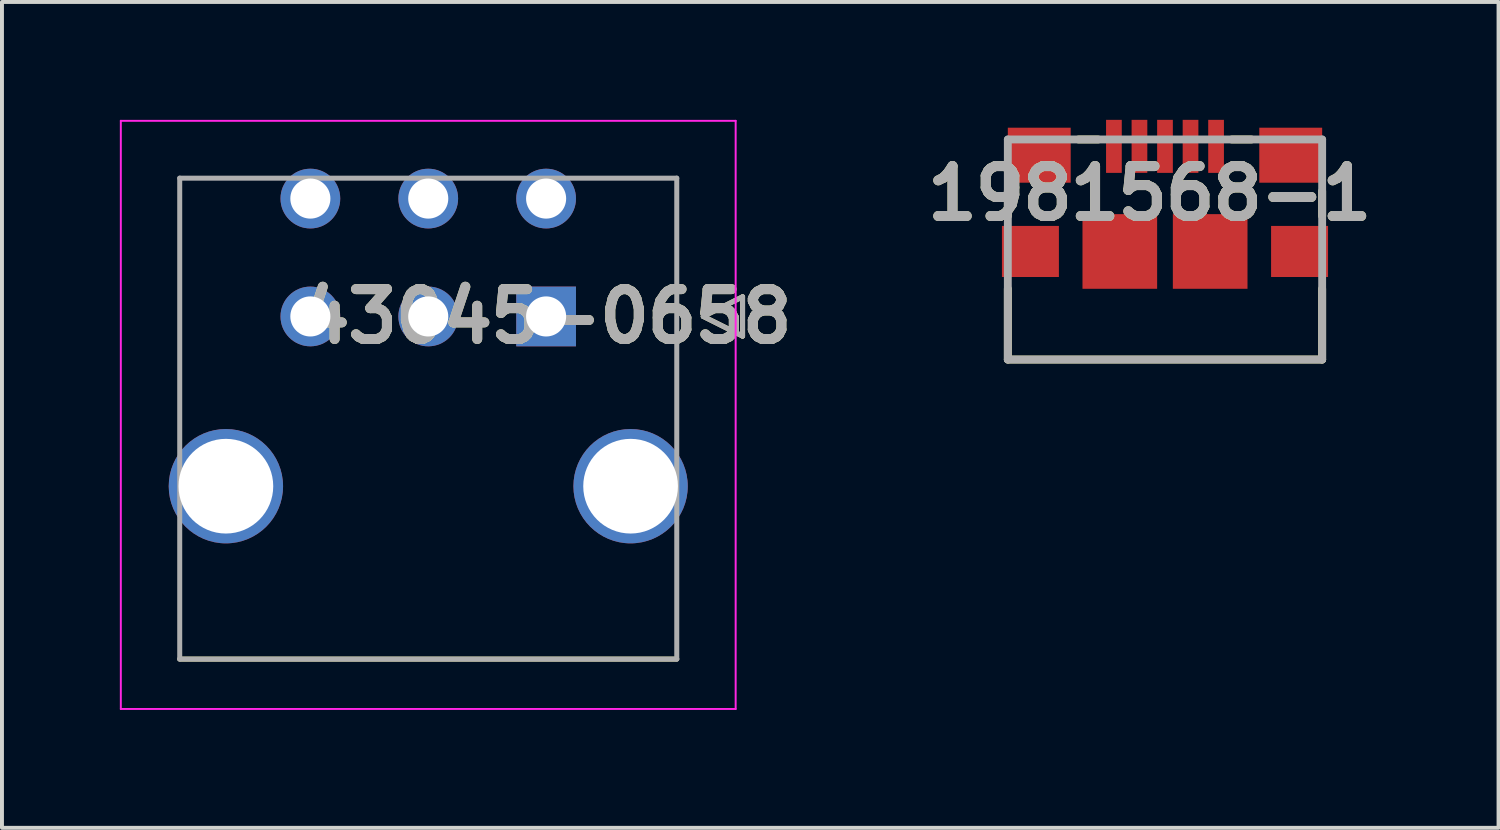
<source format=kicad_pcb>
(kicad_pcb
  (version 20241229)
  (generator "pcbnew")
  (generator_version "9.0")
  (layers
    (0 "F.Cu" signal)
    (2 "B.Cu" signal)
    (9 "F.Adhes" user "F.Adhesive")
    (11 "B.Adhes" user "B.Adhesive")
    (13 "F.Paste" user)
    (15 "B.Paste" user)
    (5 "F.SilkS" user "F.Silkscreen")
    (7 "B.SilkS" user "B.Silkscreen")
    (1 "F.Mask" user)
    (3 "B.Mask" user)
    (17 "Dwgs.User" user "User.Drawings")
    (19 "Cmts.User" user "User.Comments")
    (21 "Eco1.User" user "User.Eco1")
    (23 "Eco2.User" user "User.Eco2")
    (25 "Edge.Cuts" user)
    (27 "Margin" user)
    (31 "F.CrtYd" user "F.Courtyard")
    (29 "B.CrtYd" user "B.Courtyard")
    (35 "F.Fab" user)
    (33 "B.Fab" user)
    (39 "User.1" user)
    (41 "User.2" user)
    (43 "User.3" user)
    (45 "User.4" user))
  (footprint "1981568-1"
    (layer "F.Cu")
    (at 26.6 6.1)
    (property "Reference" "1981568-1" (at -0.389 -4.227 0) (layer "F.SilkS") (effects (font (size 1.27 1.27) (thickness 0.254))))
    (attr smd)
    (fp_line (start -4 -4.29) (end -4 -3.65) (stroke (width 0.2) (type solid)) (layer "F.SilkS"))
    (fp_line (start -4 0) (end -4 -1.8) (stroke (width 0.2) (type solid)) (layer "F.SilkS"))
    (fp_line (start -4 0) (end 4 0) (stroke (width 0.2) (type solid)) (layer "F.SilkS"))
    (fp_line (start -2.2 -5.6) (end -1.7 -5.6) (stroke (width 0.2) (type solid)) (layer "F.SilkS"))
    (fp_line (start 1.7 -5.6) (end 2.2 -5.6) (stroke (width 0.2) (type solid)) (layer "F.SilkS"))
    (fp_line (start 4 -4.29) (end 4 -3.65) (stroke (width 0.2) (type solid)) (layer "F.SilkS"))
    (fp_line (start 4 0) (end 4 -1.8) (stroke (width 0.2) (type solid)) (layer "F.SilkS"))
    (fp_line (start -4 -5.6) (end 4 -5.6) (stroke (width 0.2) (type solid)) (layer "F.Fab"))
    (fp_line (start -4 0) (end -4 -5.6) (stroke (width 0.2) (type solid)) (layer "F.Fab"))
    (fp_line (start 4 -5.6) (end 4 0) (stroke (width 0.2) (type solid)) (layer "F.Fab"))
    (fp_line (start 4 0) (end -4 0) (stroke (width 0.2) (type solid)) (layer "F.Fab"))
    (fp_text user "${REFERENCE}" (at -0.389 -4.227 0) (layer "F.Fab") (effects (font (size 1.27 1.27) (thickness 0.254))))
    (pad "1" smd rect (at -1.3 -5.425) (size 0.4 1.35) (layers "F.Cu" "F.Mask" "F.Paste"))
    (pad "2" smd rect (at -0.65 -5.425) (size 0.4 1.35) (layers "F.Cu" "F.Mask" "F.Paste"))
    (pad "3" smd rect (at 0 -5.425) (size 0.4 1.35) (layers "F.Cu" "F.Mask" "F.Paste"))
    (pad "4" smd rect (at 0.65 -5.425) (size 0.4 1.35) (layers "F.Cu" "F.Mask" "F.Paste"))
    (pad "5" smd rect (at 1.3 -5.425) (size 0.4 1.35) (layers "F.Cu" "F.Mask" "F.Paste"))
    (pad "6" smd rect (at -3.2 -5.2 90) (size 1.4 1.6) (layers "F.Cu" "F.Mask" "F.Paste"))
    (pad "7" smd rect (at 3.2 -5.2 90) (size 1.4 1.6) (layers "F.Cu" "F.Mask" "F.Paste"))
    (pad "8" smd rect (at -3.425 -2.75 90) (size 1.3 1.45) (layers "F.Cu" "F.Mask" "F.Paste"))
    (pad "9" smd rect (at 3.425 -2.75 90) (size 1.3 1.45) (layers "F.Cu" "F.Mask" "F.Paste"))
    (pad "10" smd rect (at -1.15 -2.75 90) (size 1.9 1.9) (layers "F.Cu" "F.Mask" "F.Paste"))
    (pad "11" smd rect (at 1.15 -2.75 90) (size 1.9 1.9) (layers "F.Cu" "F.Mask" "F.Paste")))
  (footprint "43045-0658"
    (layer "F.Cu")
    (at 10.849 5.004)
    (property "Reference" "43045-0658" (at 0 0 0) (layer "F.SilkS") (effects (font (size 1.27 1.27) (thickness 0.254))))
    (attr through_hole)
    (fp_line (start 3.325 8.72) (end -9.325 8.72) (stroke (width 0.127) (type solid)) (layer "F.SilkS"))
    (fp_line (start 4 0) (end 5 -0.5) (stroke (width 0.127) (type solid)) (layer "F.SilkS"))
    (fp_line (start 5 -0.5) (end 5 0.5) (stroke (width 0.127) (type solid)) (layer "F.SilkS"))
    (fp_line (start 5 0.5) (end 4 0) (stroke (width 0.127) (type solid)) (layer "F.SilkS"))
    (fp_line (start -10.824 -4.979) (end 4.824 -4.979) (stroke (width 0.05) (type solid)) (layer "F.CrtYd"))
    (fp_line (start -10.824 9.99) (end -10.824 -4.979) (stroke (width 0.05) (type solid)) (layer "F.CrtYd"))
    (fp_line (start 4.824 -4.979) (end 4.824 9.99) (stroke (width 0.05) (type solid)) (layer "F.CrtYd"))
    (fp_line (start 4.824 9.99) (end -10.824 9.99) (stroke (width 0.05) (type solid)) (layer "F.CrtYd"))
    (fp_line (start -9.325 -3.52) (end 3.325 -3.52) (stroke (width 0.127) (type solid)) (layer "F.Fab"))
    (fp_line (start -9.325 8.72) (end -9.325 -3.52) (stroke (width 0.127) (type solid)) (layer "F.Fab"))
    (fp_line (start 3.325 -3.52) (end 3.325 8.72) (stroke (width 0.127) (type solid)) (layer "F.Fab"))
    (fp_line (start 3.325 8.72) (end -9.325 8.72) (stroke (width 0.127) (type solid)) (layer "F.Fab"))
    (fp_line (start 4 0) (end 5 -0.5) (stroke (width 0.127) (type solid)) (layer "F.Fab"))
    (fp_line (start 5 -0.5) (end 5 0.5) (stroke (width 0.127) (type solid)) (layer "F.Fab"))
    (fp_line (start 5 0.5) (end 4 0) (stroke (width 0.127) (type solid)) (layer "F.Fab"))
    (fp_text user "${REFERENCE}" (at 0 0 0) (layer "F.Fab") (effects (font (size 1.27 1.27) (thickness 0.254))))
    (pad "1" thru_hole rect (at 0 0) (size 1.52 1.52) (drill 1.02) (layers "*.Cu" "*.Mask"))
    (pad "2" thru_hole circle (at -3 0) (size 1.52 1.52) (drill 1.02) (layers "*.Cu" "*.Mask"))
    (pad "3" thru_hole circle (at -6 0) (size 1.52 1.52) (drill 1.02) (layers "*.Cu" "*.Mask"))
    (pad "4" thru_hole circle (at 0 -3) (size 1.52 1.52) (drill 1.02) (layers "*.Cu" "*.Mask"))
    (pad "5" thru_hole circle (at -3 -3) (size 1.52 1.52) (drill 1.02) (layers "*.Cu" "*.Mask"))
    (pad "6" thru_hole circle (at -6 -3) (size 1.52 1.52) (drill 1.02) (layers "*.Cu" "*.Mask"))
    (pad "7" thru_hole circle (at 2.15 4.32) (size 2.91 2.91) (drill 2.41) (layers "*.Cu" "*.Mask"))
    (pad "8" thru_hole circle (at -8.15 4.32) (size 2.91 2.91) (drill 2.41) (layers "*.Cu" "*.Mask")))
  (gr_rect
    (start -3 -3)
    (end 35.089 18.019)
    (stroke (width 0.1) (type default))
    (fill no)
    (layer "Edge.Cuts")))
</source>
